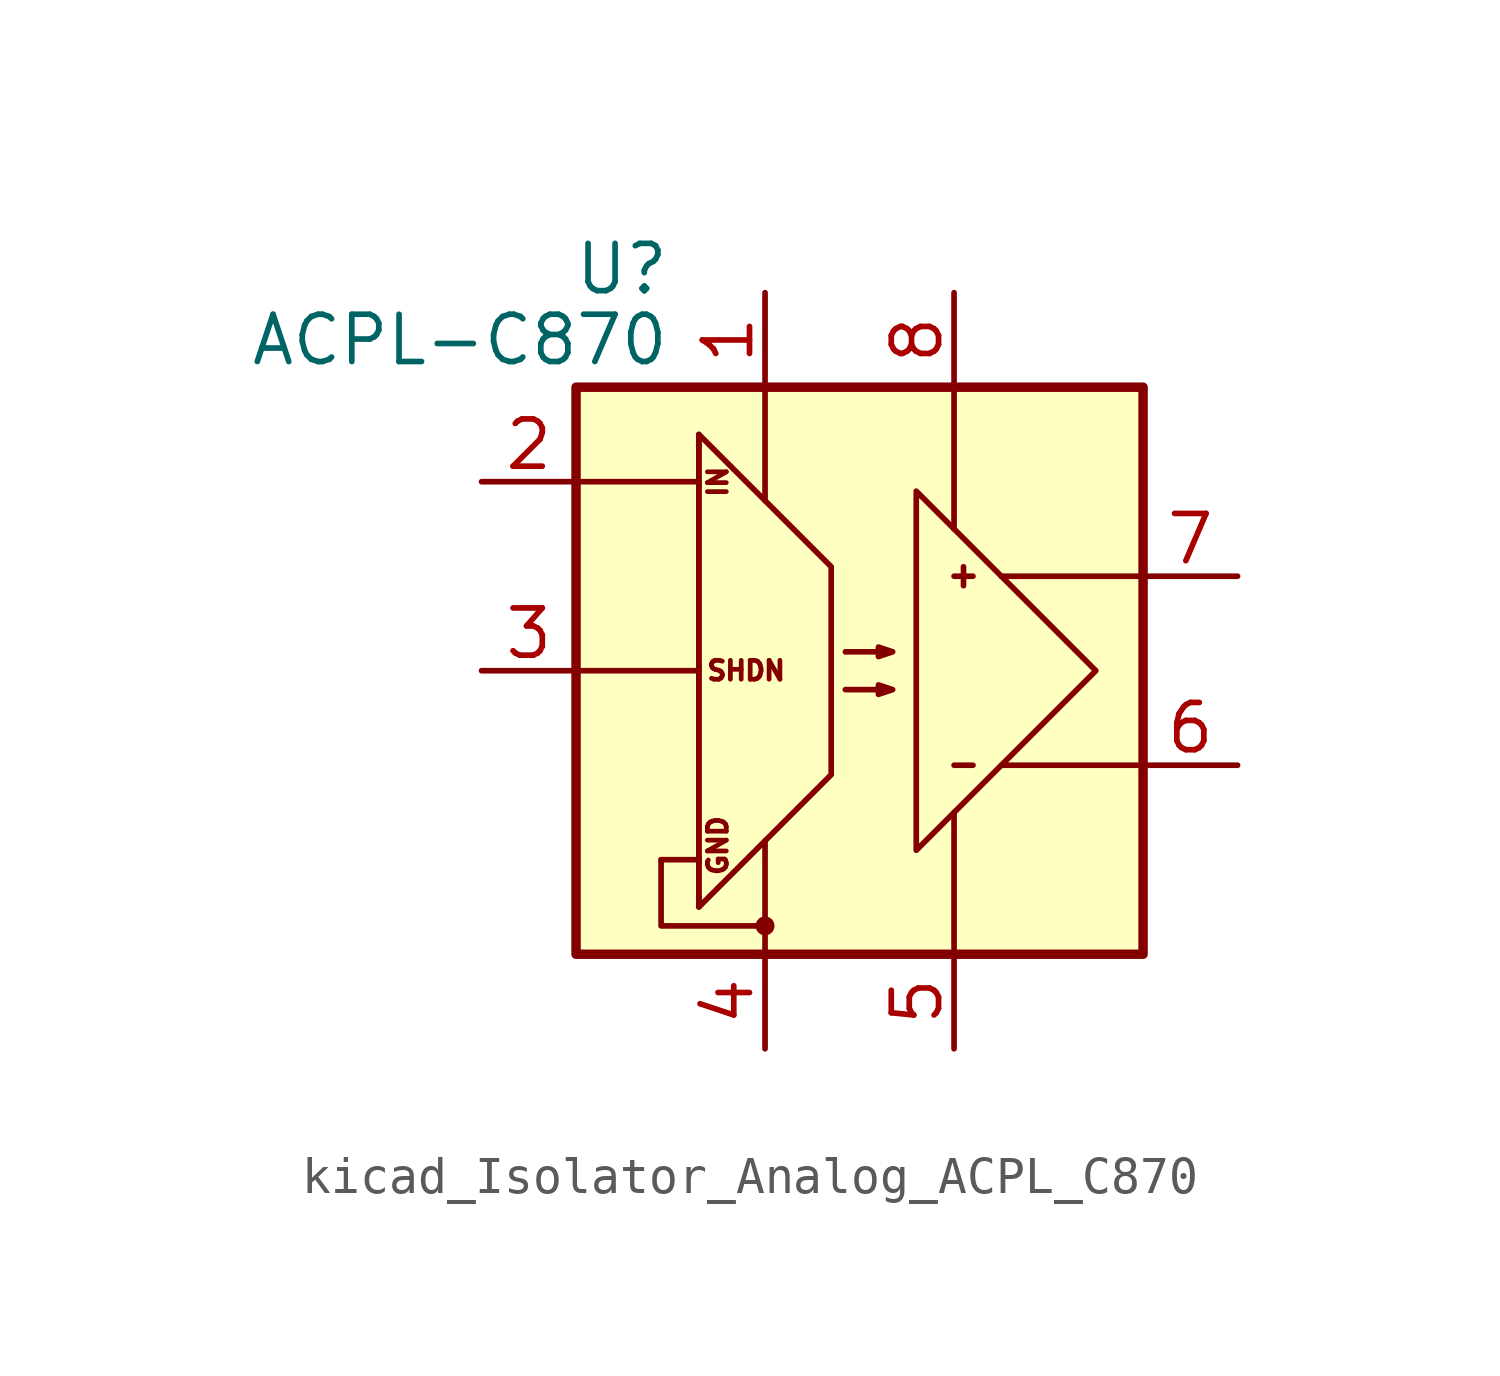
<source format=kicad_sym>
(kicad_symbol_lib
  (version 20220914)
  (generator kicad_symbol_editor)
  (symbol "kicad_Isolator_Analog_ACPL_C870"
    (pin_names
      (offset 0) hide)
    (property "Reference" "U"
      (at -5.08 10.795 0)
      (effects (font (size 1.27 1.27)) (justify right)))
    (property "Value" "ACPL-C870"
      (at -5.08 8.89 0)
      (effects (font (size 1.27 1.27)) (justify right)))
    (symbol "kicad_Isolator_Analog_ACPL_C870_0_0"
      (circle (center -2.54 -6.858) (radius 0.178) (stroke (width 0) (type default)) (fill (type outline)))
      (polyline (pts (xy -7.62 0) (xy -4.318 0)) (stroke (width 0) (type default)) (fill (type none)))
      (polyline (pts (xy -4.318 -5.08) (xy -5.334 -5.08)) (stroke (width 0) (type default)) (fill (type none)))
      (polyline (pts (xy -5.334 -5.08) (xy -5.334 -6.858) (xy -2.54 -6.858)) (stroke (width 0) (type default)) (fill (type none)))
      (text "GND" (at -3.81 -4.699 900) (effects (font (size 0.508 0.508))))
      (text "IN" (at -3.81 5.08 900) (effects (font (size 0.508 0.508))))
      (text "SHDN" (at -3.048 0 0) (effects (font (size 0.508 0.508)))))
    (symbol "kicad_Isolator_Analog_ACPL_C870_0_1"
      (rectangle (start -7.62 7.62) (end 7.62 -7.62) (stroke (width 0.254) (type default)) (fill (type background)))
      (polyline (pts (xy -7.62 5.08) (xy -4.318 5.08)) (stroke (width 0) (type default)) (fill (type none)))
      (polyline (pts (xy -4.318 6.35) (xy -4.318 -6.35)) (stroke (width 0) (type default)) (fill (type none)))
      (polyline (pts (xy -2.54 -7.62) (xy -2.54 -4.572)) (stroke (width 0) (type default)) (fill (type none)))
      (polyline (pts (xy -2.54 7.62) (xy -2.54 4.572)) (stroke (width 0) (type default)) (fill (type none)))
      (polyline (pts (xy 2.54 -7.62) (xy 2.54 -3.81)) (stroke (width 0) (type default)) (fill (type none)))
      (polyline (pts (xy 2.54 7.62) (xy 2.54 3.81)) (stroke (width 0) (type default)) (fill (type none)))
      (polyline (pts (xy 2.794 2.794) (xy 2.794 2.286)) (stroke (width 0) (type default)) (fill (type none)))
      (polyline (pts (xy 3.048 -2.54) (xy 2.54 -2.54)) (stroke (width 0) (type default)) (fill (type none)))
      (polyline (pts (xy 3.048 2.54) (xy 2.54 2.54)) (stroke (width 0) (type default)) (fill (type none)))
      (polyline (pts (xy 7.62 -2.54) (xy 3.81 -2.54)) (stroke (width 0) (type default)) (fill (type none)))
      (polyline (pts (xy 7.62 2.54) (xy 3.81 2.54)) (stroke (width 0) (type default)) (fill (type none)))
      (polyline (pts (xy 6.35 0) (xy 1.524 -4.826) (xy 1.524 4.826) (xy 6.35 0)) (stroke (width 0) (type default)) (fill (type none)))
      (polyline (pts (xy -4.318 -6.35) (xy -0.762 -2.794) (xy -0.762 2.794) (xy -4.318 6.35) (xy -4.318 -6.35)) (stroke (width 0) (type default)) (fill (type none)))
      (polyline (pts (xy -0.381 -0.508) (xy 0.889 -0.508) (xy 0.508 -0.635) (xy 0.508 -0.381) (xy 0.889 -0.508)) (stroke (width 0) (type default)) (fill (type none)))
      (polyline (pts (xy -0.381 0.508) (xy 0.889 0.508) (xy 0.508 0.381) (xy 0.508 0.635) (xy 0.889 0.508)) (stroke (width 0) (type default)) (fill (type none))))
    (symbol "kicad_Isolator_Analog_ACPL_C870_1_1"
      (pin power_in line (at -2.54 10.16 270) (length 2.54) (name "VDD1" (effects (font (size 1.27 1.27)))) (number "1" (effects (font (size 1.27 1.27)))))
      (pin input line (at -10.16 5.08 0) (length 2.54) (name "IN" (effects (font (size 1.27 1.27)))) (number "2" (effects (font (size 1.27 1.27)))))
      (pin input line (at -10.16 0 0) (length 2.54) (name "IN-" (effects (font (size 1.27 1.27)))) (number "3" (effects (font (size 1.27 1.27)))))
      (pin power_in line (at -2.54 -10.16 90) (length 2.54) (name "GND1" (effects (font (size 1.27 1.27)))) (number "4" (effects (font (size 1.27 1.27)))))
      (pin power_in line (at 2.54 -10.16 90) (length 2.54) (name "GND2" (effects (font (size 1.27 1.27)))) (number "5" (effects (font (size 1.27 1.27)))))
      (pin output line (at 10.16 -2.54 180) (length 2.54) (name "OUT-" (effects (font (size 1.27 1.27)))) (number "6" (effects (font (size 1.27 1.27)))))
      (pin output line (at 10.16 2.54 180) (length 2.54) (name "OUT+" (effects (font (size 1.27 1.27)))) (number "7" (effects (font (size 1.27 1.27)))))
      (pin power_in line (at 2.54 10.16 270) (length 2.54) (name "VDD2" (effects (font (size 1.27 1.27)))) (number "8" (effects (font (size 1.27 1.27))))))))
</source>
